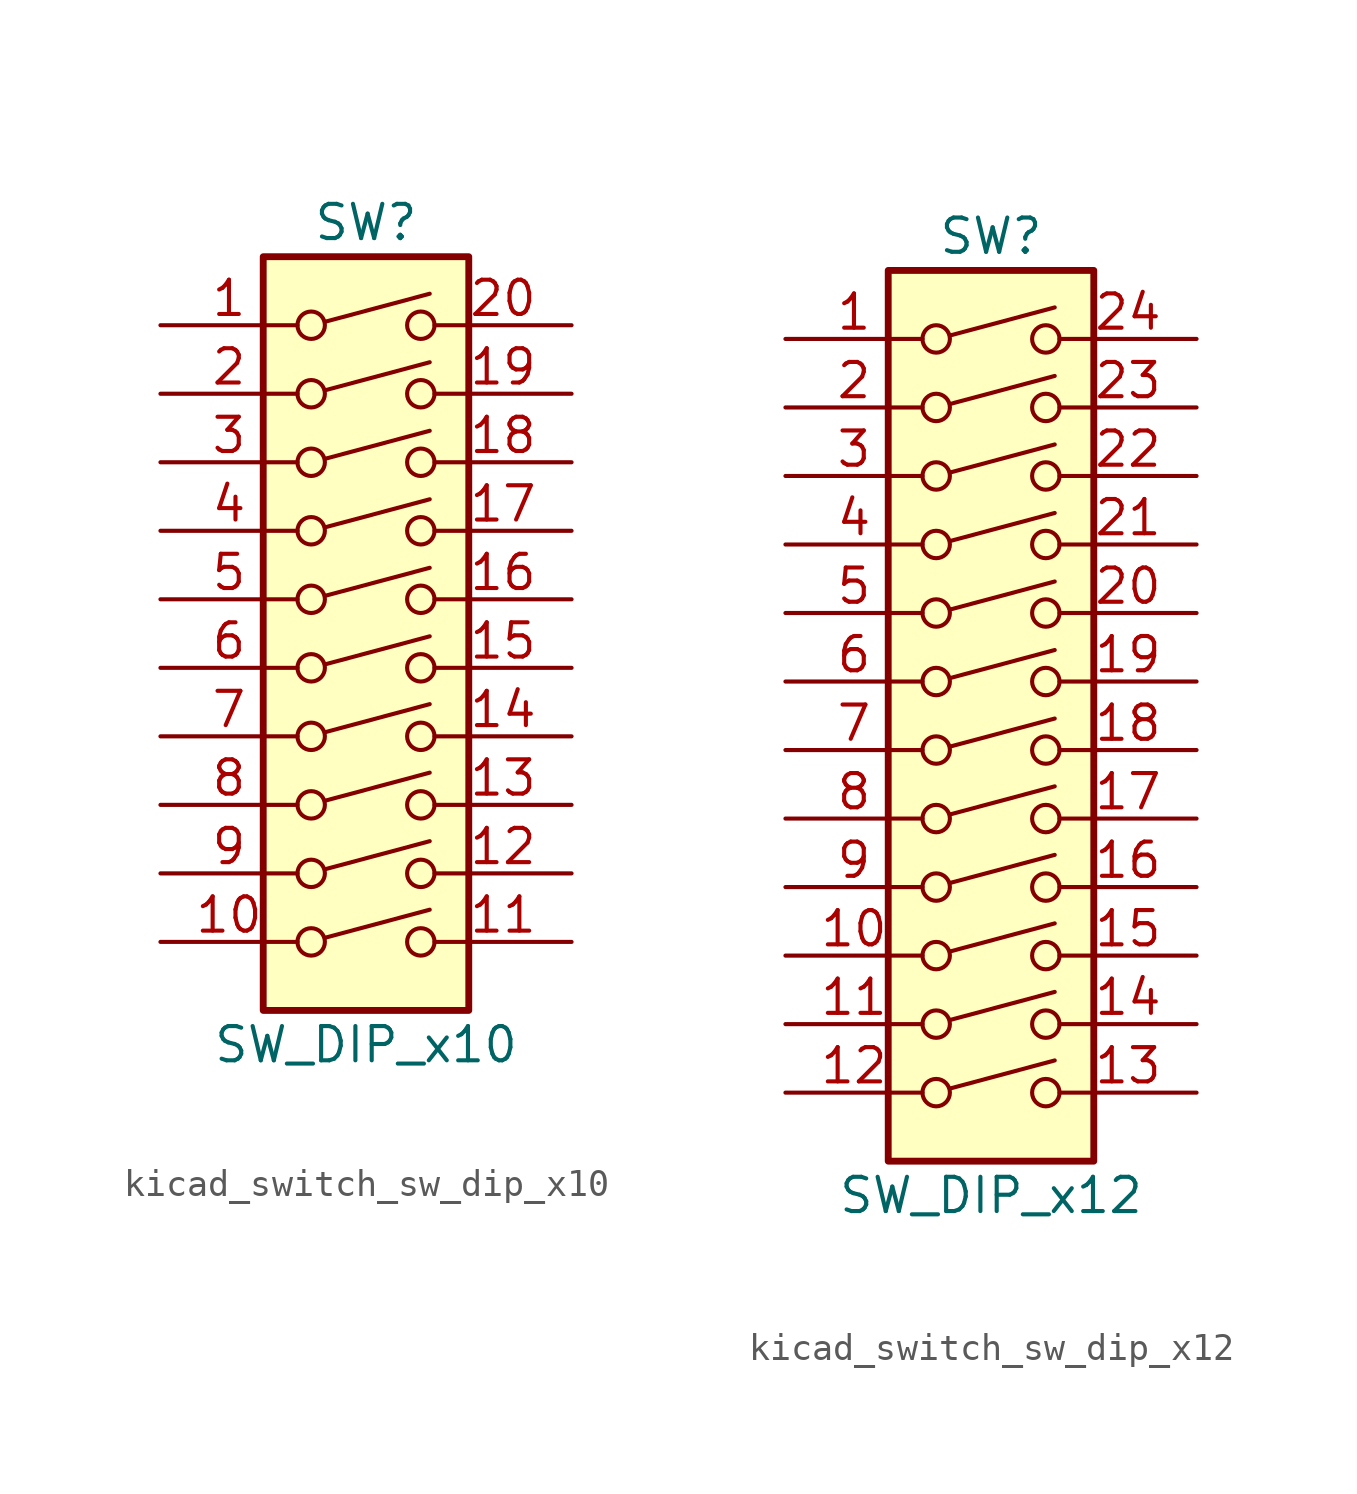
<source format=kicad_sym>
(kicad_symbol_lib
  (version 20220914)
  (generator kicad_symbol_editor)
  (symbol "kicad_switch_sw_dip_x10"
    (pin_names
      (offset 0) hide)
    (property "Reference" "SW"
      (at 0 16.51 0)
      (effects (font (size 1.27 1.27))))
    (property "Value" "SW_DIP_x10"
      (at 0 -13.97 0)
      (effects (font (size 1.27 1.27))))
    (symbol "kicad_switch_sw_dip_x10_0_0"
      (circle (center -2.032 -10.16) (radius 0.508) (stroke (width 0) (type default)) (fill (type none)))
      (circle (center -2.032 -7.62) (radius 0.508) (stroke (width 0) (type default)) (fill (type none)))
      (circle (center -2.032 -5.08) (radius 0.508) (stroke (width 0) (type default)) (fill (type none)))
      (circle (center -2.032 -2.54) (radius 0.508) (stroke (width 0) (type default)) (fill (type none)))
      (circle (center -2.032 0) (radius 0.508) (stroke (width 0) (type default)) (fill (type none)))
      (circle (center -2.032 2.54) (radius 0.508) (stroke (width 0) (type default)) (fill (type none)))
      (circle (center -2.032 5.08) (radius 0.508) (stroke (width 0) (type default)) (fill (type none)))
      (circle (center -2.032 7.62) (radius 0.508) (stroke (width 0) (type default)) (fill (type none)))
      (circle (center -2.032 10.16) (radius 0.508) (stroke (width 0) (type default)) (fill (type none)))
      (circle (center -2.032 12.7) (radius 0.508) (stroke (width 0) (type default)) (fill (type none)))
      (polyline (pts (xy -1.524 -10.008) (xy 2.362 -8.966)) (stroke (width 0) (type default)) (fill (type none)))
      (polyline (pts (xy -1.524 -7.468) (xy 2.362 -6.426)) (stroke (width 0) (type default)) (fill (type none)))
      (polyline (pts (xy -1.524 -4.928) (xy 2.362 -3.886)) (stroke (width 0) (type default)) (fill (type none)))
      (polyline (pts (xy -1.524 -2.388) (xy 2.362 -1.346)) (stroke (width 0) (type default)) (fill (type none)))
      (polyline (pts (xy -1.524 0.127) (xy 2.362 1.168)) (stroke (width 0) (type default)) (fill (type none)))
      (polyline (pts (xy -1.524 2.667) (xy 2.362 3.708)) (stroke (width 0) (type default)) (fill (type none)))
      (polyline (pts (xy -1.524 5.207) (xy 2.362 6.248)) (stroke (width 0) (type default)) (fill (type none)))
      (polyline (pts (xy -1.524 7.747) (xy 2.362 8.788)) (stroke (width 0) (type default)) (fill (type none)))
      (polyline (pts (xy -1.524 10.287) (xy 2.362 11.328)) (stroke (width 0) (type default)) (fill (type none)))
      (polyline (pts (xy -1.524 12.827) (xy 2.362 13.868)) (stroke (width 0) (type default)) (fill (type none)))
      (circle (center 2.032 -10.16) (radius 0.508) (stroke (width 0) (type default)) (fill (type none)))
      (circle (center 2.032 -7.62) (radius 0.508) (stroke (width 0) (type default)) (fill (type none)))
      (circle (center 2.032 -5.08) (radius 0.508) (stroke (width 0) (type default)) (fill (type none)))
      (circle (center 2.032 -2.54) (radius 0.508) (stroke (width 0) (type default)) (fill (type none)))
      (circle (center 2.032 0) (radius 0.508) (stroke (width 0) (type default)) (fill (type none)))
      (circle (center 2.032 2.54) (radius 0.508) (stroke (width 0) (type default)) (fill (type none)))
      (circle (center 2.032 5.08) (radius 0.508) (stroke (width 0) (type default)) (fill (type none)))
      (circle (center 2.032 7.62) (radius 0.508) (stroke (width 0) (type default)) (fill (type none)))
      (circle (center 2.032 10.16) (radius 0.508) (stroke (width 0) (type default)) (fill (type none)))
      (circle (center 2.032 12.7) (radius 0.508) (stroke (width 0) (type default)) (fill (type none))))
    (symbol "kicad_switch_sw_dip_x10_0_1"
      (rectangle (start -3.81 15.24) (end 3.81 -12.7) (stroke (width 0.254) (type default)) (fill (type background))))
    (symbol "kicad_switch_sw_dip_x10_1_1"
      (pin passive line (at -7.62 12.7 0) (length 5.08) (name "~" (effects (font (size 1.27 1.27)))) (number "1" (effects (font (size 1.27 1.27)))))
      (pin passive line (at -7.62 -10.16 0) (length 5.08) (name "~" (effects (font (size 1.27 1.27)))) (number "10" (effects (font (size 1.27 1.27)))))
      (pin passive line (at 7.62 -10.16 180) (length 5.08) (name "~" (effects (font (size 1.27 1.27)))) (number "11" (effects (font (size 1.27 1.27)))))
      (pin passive line (at 7.62 -7.62 180) (length 5.08) (name "~" (effects (font (size 1.27 1.27)))) (number "12" (effects (font (size 1.27 1.27)))))
      (pin passive line (at 7.62 -5.08 180) (length 5.08) (name "~" (effects (font (size 1.27 1.27)))) (number "13" (effects (font (size 1.27 1.27)))))
      (pin passive line (at 7.62 -2.54 180) (length 5.08) (name "~" (effects (font (size 1.27 1.27)))) (number "14" (effects (font (size 1.27 1.27)))))
      (pin passive line (at 7.62 0 180) (length 5.08) (name "~" (effects (font (size 1.27 1.27)))) (number "15" (effects (font (size 1.27 1.27)))))
      (pin passive line (at 7.62 2.54 180) (length 5.08) (name "~" (effects (font (size 1.27 1.27)))) (number "16" (effects (font (size 1.27 1.27)))))
      (pin passive line (at 7.62 5.08 180) (length 5.08) (name "~" (effects (font (size 1.27 1.27)))) (number "17" (effects (font (size 1.27 1.27)))))
      (pin passive line (at 7.62 7.62 180) (length 5.08) (name "~" (effects (font (size 1.27 1.27)))) (number "18" (effects (font (size 1.27 1.27)))))
      (pin passive line (at 7.62 10.16 180) (length 5.08) (name "~" (effects (font (size 1.27 1.27)))) (number "19" (effects (font (size 1.27 1.27)))))
      (pin passive line (at -7.62 10.16 0) (length 5.08) (name "~" (effects (font (size 1.27 1.27)))) (number "2" (effects (font (size 1.27 1.27)))))
      (pin passive line (at 7.62 12.7 180) (length 5.08) (name "~" (effects (font (size 1.27 1.27)))) (number "20" (effects (font (size 1.27 1.27)))))
      (pin passive line (at -7.62 7.62 0) (length 5.08) (name "~" (effects (font (size 1.27 1.27)))) (number "3" (effects (font (size 1.27 1.27)))))
      (pin passive line (at -7.62 5.08 0) (length 5.08) (name "~" (effects (font (size 1.27 1.27)))) (number "4" (effects (font (size 1.27 1.27)))))
      (pin passive line (at -7.62 2.54 0) (length 5.08) (name "~" (effects (font (size 1.27 1.27)))) (number "5" (effects (font (size 1.27 1.27)))))
      (pin passive line (at -7.62 0 0) (length 5.08) (name "~" (effects (font (size 1.27 1.27)))) (number "6" (effects (font (size 1.27 1.27)))))
      (pin passive line (at -7.62 -2.54 0) (length 5.08) (name "~" (effects (font (size 1.27 1.27)))) (number "7" (effects (font (size 1.27 1.27)))))
      (pin passive line (at -7.62 -5.08 0) (length 5.08) (name "~" (effects (font (size 1.27 1.27)))) (number "8" (effects (font (size 1.27 1.27)))))
      (pin passive line (at -7.62 -7.62 0) (length 5.08) (name "~" (effects (font (size 1.27 1.27)))) (number "9" (effects (font (size 1.27 1.27)))))))
  (symbol "kicad_switch_sw_dip_x12"
    (pin_names
      (offset 0) hide)
    (property "Reference" "SW"
      (at 0 19.05 0)
      (effects (font (size 1.27 1.27))))
    (property "Value" "SW_DIP_x12"
      (at 0 -16.51 0)
      (effects (font (size 1.27 1.27))))
    (symbol "kicad_switch_sw_dip_x12_0_0"
      (circle (center -2.032 -12.7) (radius 0.508) (stroke (width 0) (type default)) (fill (type none)))
      (circle (center -2.032 -10.16) (radius 0.508) (stroke (width 0) (type default)) (fill (type none)))
      (circle (center -2.032 -7.62) (radius 0.508) (stroke (width 0) (type default)) (fill (type none)))
      (circle (center -2.032 -5.08) (radius 0.508) (stroke (width 0) (type default)) (fill (type none)))
      (circle (center -2.032 -2.54) (radius 0.508) (stroke (width 0) (type default)) (fill (type none)))
      (circle (center -2.032 0) (radius 0.508) (stroke (width 0) (type default)) (fill (type none)))
      (circle (center -2.032 2.54) (radius 0.508) (stroke (width 0) (type default)) (fill (type none)))
      (circle (center -2.032 5.08) (radius 0.508) (stroke (width 0) (type default)) (fill (type none)))
      (circle (center -2.032 7.62) (radius 0.508) (stroke (width 0) (type default)) (fill (type none)))
      (circle (center -2.032 10.16) (radius 0.508) (stroke (width 0) (type default)) (fill (type none)))
      (circle (center -2.032 12.7) (radius 0.508) (stroke (width 0) (type default)) (fill (type none)))
      (circle (center -2.032 15.24) (radius 0.508) (stroke (width 0) (type default)) (fill (type none)))
      (polyline (pts (xy -1.524 -12.548) (xy 2.362 -11.506)) (stroke (width 0) (type default)) (fill (type none)))
      (polyline (pts (xy -1.524 -10.008) (xy 2.362 -8.966)) (stroke (width 0) (type default)) (fill (type none)))
      (polyline (pts (xy -1.524 -7.468) (xy 2.362 -6.426)) (stroke (width 0) (type default)) (fill (type none)))
      (polyline (pts (xy -1.524 -4.928) (xy 2.362 -3.886)) (stroke (width 0) (type default)) (fill (type none)))
      (polyline (pts (xy -1.524 -2.388) (xy 2.362 -1.346)) (stroke (width 0) (type default)) (fill (type none)))
      (polyline (pts (xy -1.524 0.127) (xy 2.362 1.168)) (stroke (width 0) (type default)) (fill (type none)))
      (polyline (pts (xy -1.524 2.667) (xy 2.362 3.708)) (stroke (width 0) (type default)) (fill (type none)))
      (polyline (pts (xy -1.524 5.207) (xy 2.362 6.248)) (stroke (width 0) (type default)) (fill (type none)))
      (polyline (pts (xy -1.524 7.747) (xy 2.362 8.788)) (stroke (width 0) (type default)) (fill (type none)))
      (polyline (pts (xy -1.524 10.287) (xy 2.362 11.328)) (stroke (width 0) (type default)) (fill (type none)))
      (polyline (pts (xy -1.524 12.827) (xy 2.362 13.868)) (stroke (width 0) (type default)) (fill (type none)))
      (polyline (pts (xy -1.524 15.367) (xy 2.362 16.408)) (stroke (width 0) (type default)) (fill (type none)))
      (circle (center 2.032 -12.7) (radius 0.508) (stroke (width 0) (type default)) (fill (type none)))
      (circle (center 2.032 -10.16) (radius 0.508) (stroke (width 0) (type default)) (fill (type none)))
      (circle (center 2.032 -7.62) (radius 0.508) (stroke (width 0) (type default)) (fill (type none)))
      (circle (center 2.032 -5.08) (radius 0.508) (stroke (width 0) (type default)) (fill (type none)))
      (circle (center 2.032 -2.54) (radius 0.508) (stroke (width 0) (type default)) (fill (type none)))
      (circle (center 2.032 0) (radius 0.508) (stroke (width 0) (type default)) (fill (type none)))
      (circle (center 2.032 2.54) (radius 0.508) (stroke (width 0) (type default)) (fill (type none)))
      (circle (center 2.032 5.08) (radius 0.508) (stroke (width 0) (type default)) (fill (type none)))
      (circle (center 2.032 7.62) (radius 0.508) (stroke (width 0) (type default)) (fill (type none)))
      (circle (center 2.032 10.16) (radius 0.508) (stroke (width 0) (type default)) (fill (type none)))
      (circle (center 2.032 12.7) (radius 0.508) (stroke (width 0) (type default)) (fill (type none)))
      (circle (center 2.032 15.24) (radius 0.508) (stroke (width 0) (type default)) (fill (type none))))
    (symbol "kicad_switch_sw_dip_x12_0_1"
      (rectangle (start -3.81 17.78) (end 3.81 -15.24) (stroke (width 0.254) (type default)) (fill (type background))))
    (symbol "kicad_switch_sw_dip_x12_1_1"
      (pin passive line (at -7.62 15.24 0) (length 5.08) (name "~" (effects (font (size 1.27 1.27)))) (number "1" (effects (font (size 1.27 1.27)))))
      (pin passive line (at -7.62 -7.62 0) (length 5.08) (name "~" (effects (font (size 1.27 1.27)))) (number "10" (effects (font (size 1.27 1.27)))))
      (pin passive line (at -7.62 -10.16 0) (length 5.08) (name "~" (effects (font (size 1.27 1.27)))) (number "11" (effects (font (size 1.27 1.27)))))
      (pin passive line (at -7.62 -12.7 0) (length 5.08) (name "~" (effects (font (size 1.27 1.27)))) (number "12" (effects (font (size 1.27 1.27)))))
      (pin passive line (at 7.62 -12.7 180) (length 5.08) (name "~" (effects (font (size 1.27 1.27)))) (number "13" (effects (font (size 1.27 1.27)))))
      (pin passive line (at 7.62 -10.16 180) (length 5.08) (name "~" (effects (font (size 1.27 1.27)))) (number "14" (effects (font (size 1.27 1.27)))))
      (pin passive line (at 7.62 -7.62 180) (length 5.08) (name "~" (effects (font (size 1.27 1.27)))) (number "15" (effects (font (size 1.27 1.27)))))
      (pin passive line (at 7.62 -5.08 180) (length 5.08) (name "~" (effects (font (size 1.27 1.27)))) (number "16" (effects (font (size 1.27 1.27)))))
      (pin passive line (at 7.62 -2.54 180) (length 5.08) (name "~" (effects (font (size 1.27 1.27)))) (number "17" (effects (font (size 1.27 1.27)))))
      (pin passive line (at 7.62 0 180) (length 5.08) (name "~" (effects (font (size 1.27 1.27)))) (number "18" (effects (font (size 1.27 1.27)))))
      (pin passive line (at 7.62 2.54 180) (length 5.08) (name "~" (effects (font (size 1.27 1.27)))) (number "19" (effects (font (size 1.27 1.27)))))
      (pin passive line (at -7.62 12.7 0) (length 5.08) (name "~" (effects (font (size 1.27 1.27)))) (number "2" (effects (font (size 1.27 1.27)))))
      (pin passive line (at 7.62 5.08 180) (length 5.08) (name "~" (effects (font (size 1.27 1.27)))) (number "20" (effects (font (size 1.27 1.27)))))
      (pin passive line (at 7.62 7.62 180) (length 5.08) (name "~" (effects (font (size 1.27 1.27)))) (number "21" (effects (font (size 1.27 1.27)))))
      (pin passive line (at 7.62 10.16 180) (length 5.08) (name "~" (effects (font (size 1.27 1.27)))) (number "22" (effects (font (size 1.27 1.27)))))
      (pin passive line (at 7.62 12.7 180) (length 5.08) (name "~" (effects (font (size 1.27 1.27)))) (number "23" (effects (font (size 1.27 1.27)))))
      (pin passive line (at 7.62 15.24 180) (length 5.08) (name "~" (effects (font (size 1.27 1.27)))) (number "24" (effects (font (size 1.27 1.27)))))
      (pin passive line (at -7.62 10.16 0) (length 5.08) (name "~" (effects (font (size 1.27 1.27)))) (number "3" (effects (font (size 1.27 1.27)))))
      (pin passive line (at -7.62 7.62 0) (length 5.08) (name "~" (effects (font (size 1.27 1.27)))) (number "4" (effects (font (size 1.27 1.27)))))
      (pin passive line (at -7.62 5.08 0) (length 5.08) (name "~" (effects (font (size 1.27 1.27)))) (number "5" (effects (font (size 1.27 1.27)))))
      (pin passive line (at -7.62 2.54 0) (length 5.08) (name "~" (effects (font (size 1.27 1.27)))) (number "6" (effects (font (size 1.27 1.27)))))
      (pin passive line (at -7.62 0 0) (length 5.08) (name "~" (effects (font (size 1.27 1.27)))) (number "7" (effects (font (size 1.27 1.27)))))
      (pin passive line (at -7.62 -2.54 0) (length 5.08) (name "~" (effects (font (size 1.27 1.27)))) (number "8" (effects (font (size 1.27 1.27)))))
      (pin passive line (at -7.62 -5.08 0) (length 5.08) (name "~" (effects (font (size 1.27 1.27)))) (number "9" (effects (font (size 1.27 1.27))))))))
</source>
